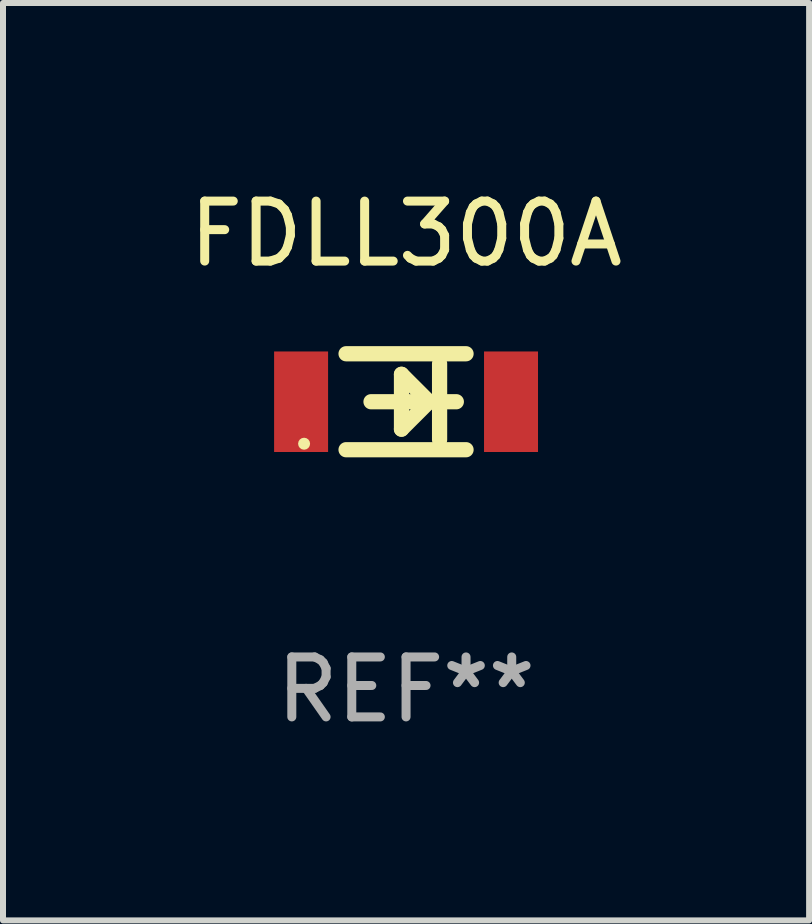
<source format=kicad_pcb>
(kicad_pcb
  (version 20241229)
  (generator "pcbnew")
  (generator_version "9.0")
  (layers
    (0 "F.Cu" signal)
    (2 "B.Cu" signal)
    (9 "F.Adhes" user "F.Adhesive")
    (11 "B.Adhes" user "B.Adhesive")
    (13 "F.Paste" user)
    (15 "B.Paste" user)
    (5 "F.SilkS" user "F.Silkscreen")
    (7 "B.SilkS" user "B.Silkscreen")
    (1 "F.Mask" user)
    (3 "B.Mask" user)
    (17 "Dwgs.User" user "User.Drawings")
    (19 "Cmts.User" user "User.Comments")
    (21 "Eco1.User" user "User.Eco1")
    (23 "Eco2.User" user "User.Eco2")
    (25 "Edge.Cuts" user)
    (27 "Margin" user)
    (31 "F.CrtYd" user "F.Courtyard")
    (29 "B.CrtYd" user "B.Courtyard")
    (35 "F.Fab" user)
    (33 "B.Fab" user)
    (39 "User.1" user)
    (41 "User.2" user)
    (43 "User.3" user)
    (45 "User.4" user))
  (footprint "FDLL300A"
    (layer "F.Cu")
    (at 3.72 3.648)
    (property "Reference" "FDLL300A" (at 0 -2.8 0) (layer "F.SilkS") (effects (font (size 1 1) (thickness 0.15))))
    (attr through_hole)
    (fp_line (start -1 -0.8) (end 1 -0.8) (stroke (width 0.254) (type solid)) (layer "F.SilkS"))
    (fp_line (start -1 0.8) (end 1 0.8) (stroke (width 0.254) (type solid)) (layer "F.SilkS"))
    (fp_line (start -0.584 0) (end 0.838 0) (stroke (width 0.254) (type solid)) (layer "F.SilkS"))
    (fp_line (start -0.076 -0.457) (end -0.076 0.457) (stroke (width 0.254) (type solid)) (layer "F.SilkS"))
    (fp_line (start -0.076 0.457) (end 0.381 0) (stroke (width 0.254) (type solid)) (layer "F.SilkS"))
    (fp_line (start 0.381 0) (end -0.076 -0.457) (stroke (width 0.254) (type solid)) (layer "F.SilkS"))
    (fp_line (start 0.559 -0.635) (end 0.559 0.635) (stroke (width 0.254) (type solid)) (layer "F.SilkS"))
    (fp_circle (center -1.7 0.7) (end -1.65 0.7) (stroke (width 0.1) (type solid)) (fill no) (layer "F.SilkS"))
    (fp_text user "REF**" (at 0 4.8 0) (layer "F.Fab") (effects (font (size 1 1) (thickness 0.15))))
    (pad "1" smd rect (at -1.75 0 180) (size 0.9 1.676) (layers "F.Cu" "F.Mask" "F.Paste"))
    (pad "2" smd rect (at 1.75 0 180) (size 0.9 1.676) (layers "F.Cu" "F.Mask" "F.Paste")))
  (gr_rect
    (start -3 -3)
    (end 10.44 12.296)
    (stroke (width 0.1) (type default))
    (fill no)
    (layer "Edge.Cuts")))
</source>
